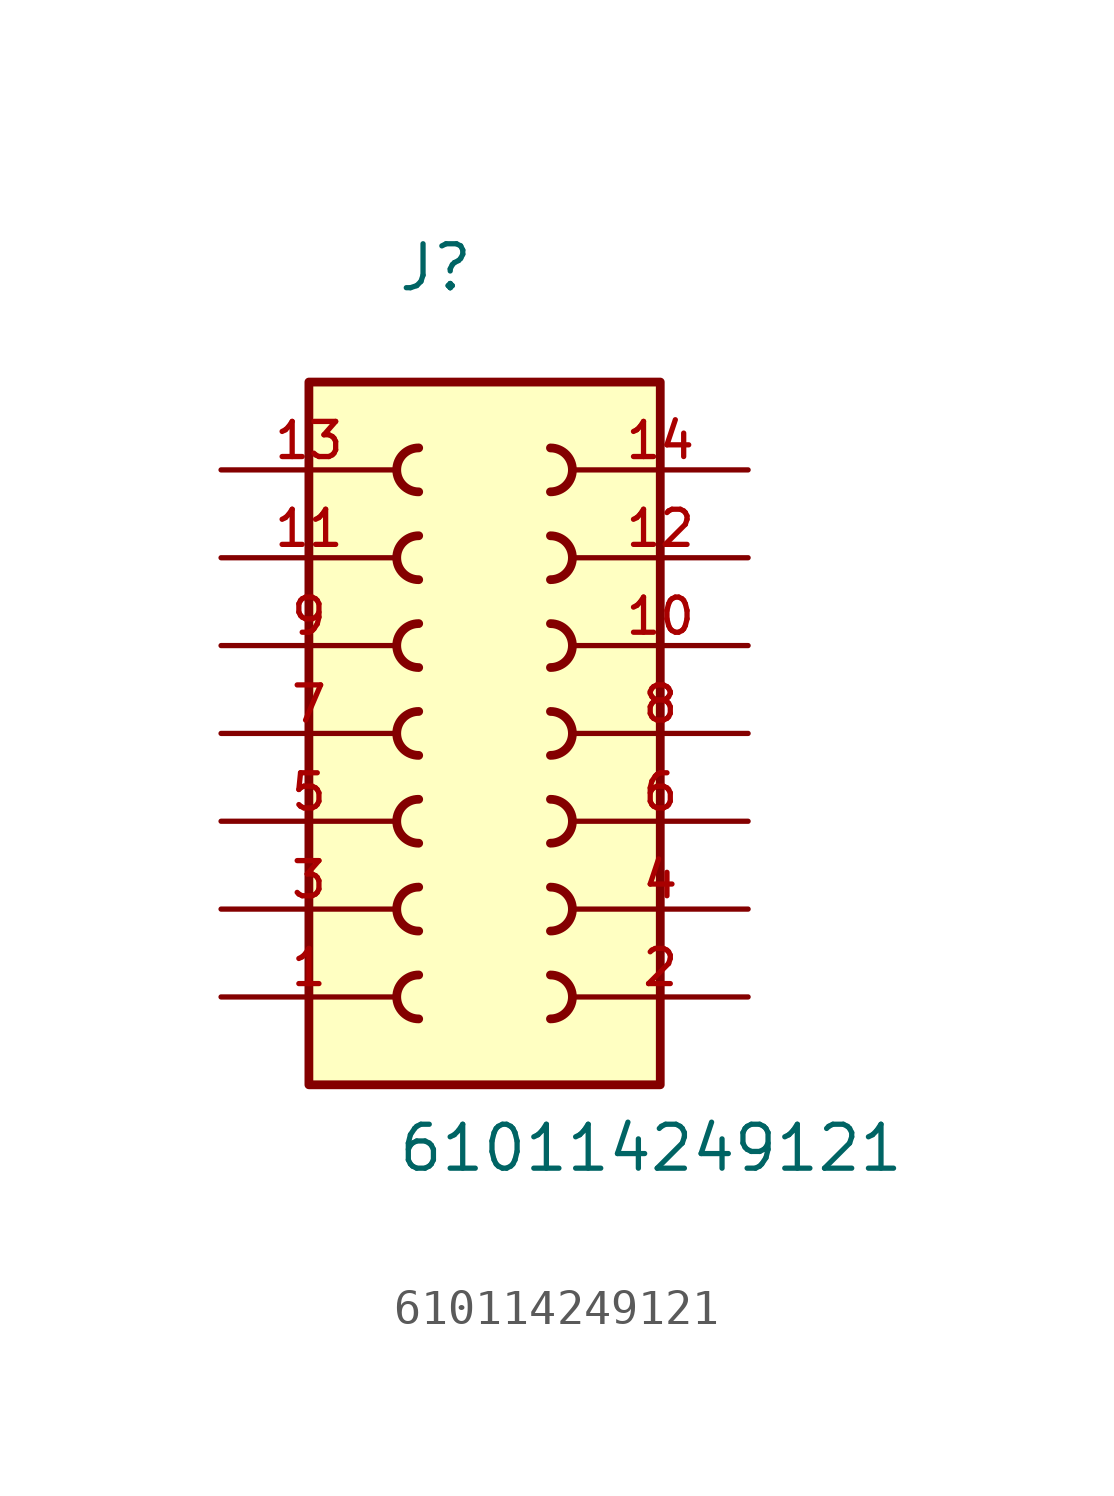
<source format=kicad_sym>
(kicad_symbol_lib
  (version 20211014)
  (generator kicad_symbol_editor)
  (symbol "610114249121"
    (pin_names
      (offset 1.016))
    (property "Reference" "J"
      (at -2.545 12.725 0)
      (effects (font (size 1.27 1.27)) (justify bottom left)))
    (property "Value" "610114249121"
      (at -2.547 -12.735 0)
      (effects (font (size 1.27 1.27)) (justify bottom left)))
    (symbol "610114249121_0_0"
      (arc (start -1.905 8.255) (mid -2.54 7.62) (end -1.905 6.985) (stroke (width 0.254) (type default) (color 0 0 0 0)) (fill (type none)))
      (arc (start 1.905 6.985) (mid 2.54 7.62) (end 1.905 8.255) (stroke (width 0.254) (type default) (color 0 0 0 0)) (fill (type none)))
      (arc (start -1.905 0.635) (mid -2.54 -0.0) (end -1.905 -0.635) (stroke (width 0.254) (type default) (color 0 0 0 0)) (fill (type none)))
      (arc (start -1.905 -1.905) (mid -2.54 -2.54) (end -1.905 -3.175) (stroke (width 0.254) (type default) (color 0 0 0 0)) (fill (type none)))
      (arc (start -1.905 -4.445) (mid -2.54 -5.08) (end -1.905 -5.715) (stroke (width 0.254) (type default) (color 0 0 0 0)) (fill (type none)))
      (arc (start -1.905 5.715) (mid -2.54 5.08) (end -1.905 4.445) (stroke (width 0.254) (type default) (color 0 0 0 0)) (fill (type none)))
      (arc (start -1.905 3.175) (mid -2.54 2.54) (end -1.905 1.905) (stroke (width 0.254) (type default) (color 0 0 0 0)) (fill (type none)))
      (arc (start 1.905 4.445) (mid 2.54 5.08) (end 1.905 5.715) (stroke (width 0.254) (type default) (color 0 0 0 0)) (fill (type none)))
      (arc (start 1.905 1.905) (mid 2.54 2.54) (end 1.905 3.175) (stroke (width 0.254) (type default) (color 0 0 0 0)) (fill (type none)))
      (arc (start 1.905 -0.635) (mid 2.54 0.0) (end 1.905 0.635) (stroke (width 0.254) (type default) (color 0 0 0 0)) (fill (type none)))
      (arc (start 1.905 -3.175) (mid 2.54 -2.54) (end 1.905 -1.905) (stroke (width 0.254) (type default) (color 0 0 0 0)) (fill (type none)))
      (arc (start 1.905 -5.715) (mid 2.54 -5.08) (end 1.905 -4.445) (stroke (width 0.254) (type default) (color 0 0 0 0)) (fill (type none)))
      (arc (start -1.905 -6.985) (mid -2.54 -7.62) (end -1.905 -8.255) (stroke (width 0.254) (type default) (color 0 0 0 0)) (fill (type none)))
      (arc (start 1.905 -8.255) (mid 2.54 -7.62) (end 1.905 -6.985) (stroke (width 0.254) (type default) (color 0 0 0 0)) (fill (type none)))
      (rectangle (start -5.08 -10.16) (end 5.08 10.16) (stroke (width 0.254)) (fill (type background)))
      (pin passive line (at -7.62 7.62 0) (length 5.08) (name "~" (effects (font (size 1.016 1.016)))) (number "13" (effects (font (size 1.016 1.016)))))
      (pin passive line (at -7.62 5.08 0) (length 5.08) (name "~" (effects (font (size 1.016 1.016)))) (number "11" (effects (font (size 1.016 1.016)))))
      (pin passive line (at -7.62 2.54 0) (length 5.08) (name "~" (effects (font (size 1.016 1.016)))) (number "9" (effects (font (size 1.016 1.016)))))
      (pin passive line (at -7.62 0.0 0) (length 5.08) (name "~" (effects (font (size 1.016 1.016)))) (number "7" (effects (font (size 1.016 1.016)))))
      (pin passive line (at -7.62 -2.54 0) (length 5.08) (name "~" (effects (font (size 1.016 1.016)))) (number "5" (effects (font (size 1.016 1.016)))))
      (pin passive line (at -7.62 -5.08 0) (length 5.08) (name "~" (effects (font (size 1.016 1.016)))) (number "3" (effects (font (size 1.016 1.016)))))
      (pin passive line (at 7.62 7.62 180.0) (length 5.08) (name "~" (effects (font (size 1.016 1.016)))) (number "14" (effects (font (size 1.016 1.016)))))
      (pin passive line (at 7.62 5.08 180.0) (length 5.08) (name "~" (effects (font (size 1.016 1.016)))) (number "12" (effects (font (size 1.016 1.016)))))
      (pin passive line (at 7.62 2.54 180.0) (length 5.08) (name "~" (effects (font (size 1.016 1.016)))) (number "10" (effects (font (size 1.016 1.016)))))
      (pin passive line (at 7.62 0.0 180.0) (length 5.08) (name "~" (effects (font (size 1.016 1.016)))) (number "8" (effects (font (size 1.016 1.016)))))
      (pin passive line (at 7.62 -2.54 180.0) (length 5.08) (name "~" (effects (font (size 1.016 1.016)))) (number "6" (effects (font (size 1.016 1.016)))))
      (pin passive line (at 7.62 -5.08 180.0) (length 5.08) (name "~" (effects (font (size 1.016 1.016)))) (number "4" (effects (font (size 1.016 1.016)))))
      (pin passive line (at -7.62 -7.62 0) (length 5.08) (name "~" (effects (font (size 1.016 1.016)))) (number "1" (effects (font (size 1.016 1.016)))))
      (pin passive line (at 7.62 -7.62 180.0) (length 5.08) (name "~" (effects (font (size 1.016 1.016)))) (number "2" (effects (font (size 1.016 1.016))))))))
</source>
